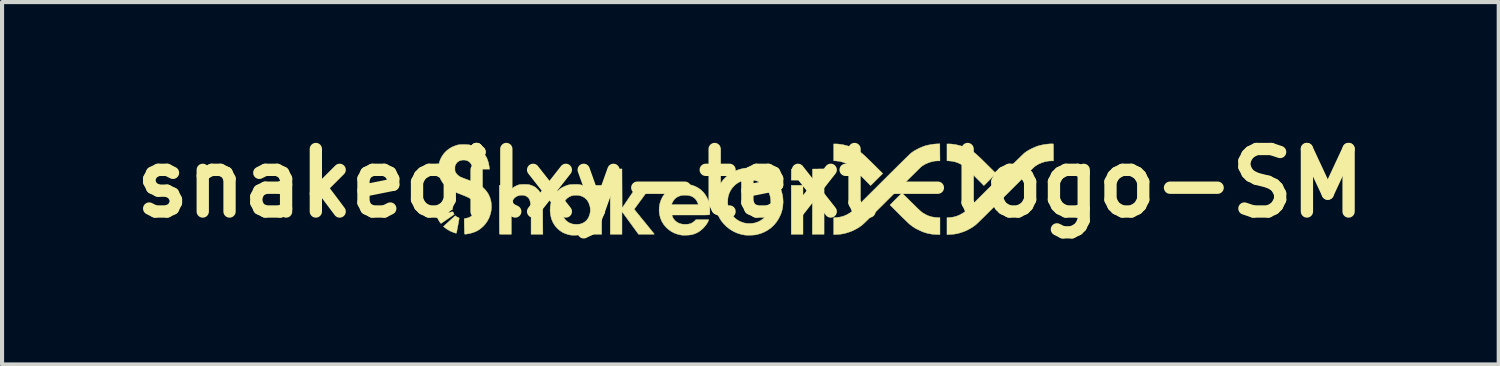
<source format=kicad_pcb>
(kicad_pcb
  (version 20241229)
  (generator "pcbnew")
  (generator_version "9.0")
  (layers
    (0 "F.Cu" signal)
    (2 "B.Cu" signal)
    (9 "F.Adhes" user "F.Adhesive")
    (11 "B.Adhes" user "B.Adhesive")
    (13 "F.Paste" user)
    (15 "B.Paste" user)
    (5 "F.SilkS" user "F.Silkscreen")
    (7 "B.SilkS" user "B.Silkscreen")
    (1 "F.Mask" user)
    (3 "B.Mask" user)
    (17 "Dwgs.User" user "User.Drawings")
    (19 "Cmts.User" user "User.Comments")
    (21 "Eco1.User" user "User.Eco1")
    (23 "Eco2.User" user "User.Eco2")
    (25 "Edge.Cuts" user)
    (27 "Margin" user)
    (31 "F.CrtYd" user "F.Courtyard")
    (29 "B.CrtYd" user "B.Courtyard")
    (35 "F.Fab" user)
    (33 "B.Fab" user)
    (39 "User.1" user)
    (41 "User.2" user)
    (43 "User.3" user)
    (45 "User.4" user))
  (footprint "snakeoilxy-text-logo-SM"
    (layer "F.Cu")
    (at 15.247 1.418)
    (property "Reference" "snakeoilxy-text-logo-SM" (at 0 0 0) (layer "F.SilkS") (effects (font (size 1.524 1.524) (thickness 0.3))))
    (attr through_hole)
    (fp_poly (pts (xy 1.283 1.245) (xy 0.997 1.245) (xy 0.997 0.051) (xy 1.283 0.051) (xy 1.283 1.245)) (stroke (width 0.01) (type solid)) (fill yes) (layer "F.SilkS"))
    (fp_poly (pts (xy 1.283 -0.076) (xy 0.997 -0.076) (xy 0.998 -0.211) (xy 1 -0.346) (xy 1.141 -0.348) (xy 1.283 -0.349) (xy 1.283 -0.076)) (stroke (width 0.01) (type solid)) (fill yes) (layer "F.SilkS"))
    (fp_poly (pts (xy 1.797 1.245) (xy 1.511 1.245) (xy 1.513 0.449) (xy 1.514 -0.346) (xy 1.656 -0.348) (xy 1.797 -0.349) (xy 1.797 1.245)) (stroke (width 0.01) (type solid)) (fill yes) (layer "F.SilkS"))
    (fp_poly (pts (xy -7.269 0.621) (xy -7.268 0.636) (xy -7.267 0.645) (xy -7.267 0.646) (xy -7.274 0.648) (xy -7.289 0.651) (xy -7.3 0.654) (xy -7.324 0.659) (xy -7.352 0.665) (xy -7.372 0.669) (xy -7.431 0.682) (xy -7.479 0.692) (xy -7.518 0.701) (xy -7.548 0.708) (xy -7.573 0.713) (xy -7.592 0.718) (xy -7.605 0.721) (xy -7.633 0.727) (xy -7.65 0.73) (xy -7.66 0.728) (xy -7.665 0.724) (xy -7.667 0.719) (xy -7.671 0.701) (xy -7.676 0.676) (xy -7.68 0.65) (xy -7.683 0.627) (xy -7.684 0.615) (xy -7.684 0.597) (xy -7.272 0.597) (xy -7.269 0.621)) (stroke (width 0.01) (type solid)) (fill yes) (layer "F.SilkS"))
    (fp_poly (pts (xy -7.259 0.697) (xy -7.252 0.702) (xy -7.245 0.711) (xy -7.238 0.726) (xy -7.238 0.726) (xy -7.222 0.76) (xy -7.378 0.868) (xy -7.418 0.895) (xy -7.454 0.92) (xy -7.486 0.942) (xy -7.512 0.96) (xy -7.53 0.973) (xy -7.54 0.979) (xy -7.541 0.98) (xy -7.548 0.977) (xy -7.56 0.965) (xy -7.575 0.944) (xy -7.577 0.941) (xy -7.61 0.886) (xy -7.634 0.835) (xy -7.638 0.825) (xy -7.641 0.817) (xy -7.64 0.812) (xy -7.633 0.807) (xy -7.619 0.801) (xy -7.596 0.794) (xy -7.586 0.791) (xy -7.559 0.783) (xy -7.535 0.776) (xy -7.517 0.77) (xy -7.512 0.768) (xy -7.498 0.764) (xy -7.477 0.757) (xy -7.452 0.75) (xy -7.449 0.749) (xy -7.419 0.74) (xy -7.384 0.729) (xy -7.35 0.719) (xy -7.346 0.717) (xy -7.311 0.706) (xy -7.287 0.699) (xy -7.27 0.696) (xy -7.259 0.697)) (stroke (width 0.01) (type solid)) (fill yes) (layer "F.SilkS"))
    (fp_poly (pts (xy -7.169 0.812) (xy -7.149 0.825) (xy -7.128 0.836) (xy -7.121 0.838) (xy -7.107 0.844) (xy -7.101 0.852) (xy -7.102 0.866) (xy -7.103 0.869) (xy -7.106 0.891) (xy -7.112 0.922) (xy -7.118 0.959) (xy -7.125 0.997) (xy -7.132 1.034) (xy -7.134 1.045) (xy -7.139 1.071) (xy -7.146 1.105) (xy -7.152 1.139) (xy -7.154 1.154) (xy -7.16 1.185) (xy -7.165 1.205) (xy -7.17 1.216) (xy -7.175 1.219) (xy -7.186 1.217) (xy -7.204 1.211) (xy -7.228 1.204) (xy -7.236 1.201) (xy -7.319 1.166) (xy -7.396 1.122) (xy -7.461 1.074) (xy -7.483 1.055) (xy -7.468 1.04) (xy -7.451 1.024) (xy -7.428 1.002) (xy -7.4 0.977) (xy -7.37 0.95) (xy -7.339 0.921) (xy -7.308 0.892) (xy -7.278 0.866) (xy -7.252 0.842) (xy -7.232 0.824) (xy -7.217 0.811) (xy -7.212 0.807) (xy -7.195 0.793) (xy -7.169 0.812)) (stroke (width 0.01) (type solid)) (fill yes) (layer "F.SilkS"))
    (fp_poly (pts (xy 2.081 -0.959) (xy 2.112 -0.958) (xy 2.144 -0.955) (xy 2.169 -0.952) (xy 2.194 -0.948) (xy 2.219 -0.945) (xy 2.232 -0.943) (xy 2.249 -0.94) (xy 2.275 -0.935) (xy 2.307 -0.927) (xy 2.34 -0.919) (xy 2.372 -0.91) (xy 2.397 -0.903) (xy 2.425 -0.893) (xy 2.46 -0.879) (xy 2.499 -0.861) (xy 2.518 -0.853) (xy 2.534 -0.845) (xy 2.557 -0.833) (xy 2.582 -0.819) (xy 2.607 -0.806) (xy 2.629 -0.793) (xy 2.645 -0.784) (xy 2.651 -0.78) (xy 2.659 -0.774) (xy 2.674 -0.763) (xy 2.695 -0.748) (xy 2.711 -0.735) (xy 2.729 -0.721) (xy 2.756 -0.698) (xy 2.789 -0.667) (xy 2.829 -0.629) (xy 2.875 -0.585) (xy 2.927 -0.535) (xy 2.983 -0.48) (xy 2.997 -0.466) (xy 3.228 -0.237) (xy 3.08 -0.09) (xy 3.045 -0.055) (xy 3.012 -0.022) (xy 2.984 0.006) (xy 2.96 0.029) (xy 2.943 0.045) (xy 2.933 0.055) (xy 2.931 0.057) (xy 2.927 0.052) (xy 2.914 0.039) (xy 2.895 0.019) (xy 2.869 -0.007) (xy 2.837 -0.039) (xy 2.802 -0.075) (xy 2.762 -0.115) (xy 2.724 -0.153) (xy 2.667 -0.211) (xy 2.617 -0.26) (xy 2.575 -0.302) (xy 2.538 -0.338) (xy 2.506 -0.367) (xy 2.477 -0.391) (xy 2.452 -0.412) (xy 2.428 -0.429) (xy 2.406 -0.444) (xy 2.383 -0.457) (xy 2.368 -0.466) (xy 2.3 -0.497) (xy 2.235 -0.52) (xy 2.166 -0.535) (xy 2.091 -0.544) (xy 2.088 -0.544) (xy 2.032 -0.548) (xy 2.032 -0.959) (xy 2.081 -0.959)) (stroke (width 0.01) (type solid)) (fill yes) (layer "F.SilkS"))
    (fp_poly (pts (xy 4.843 -0.959) (xy 4.874 -0.958) (xy 4.906 -0.955) (xy 4.931 -0.952) (xy 4.957 -0.948) (xy 4.982 -0.945) (xy 4.994 -0.943) (xy 5.011 -0.94) (xy 5.037 -0.935) (xy 5.069 -0.927) (xy 5.102 -0.919) (xy 5.134 -0.91) (xy 5.159 -0.903) (xy 5.187 -0.893) (xy 5.222 -0.879) (xy 5.262 -0.861) (xy 5.28 -0.853) (xy 5.297 -0.845) (xy 5.319 -0.833) (xy 5.344 -0.819) (xy 5.37 -0.806) (xy 5.391 -0.793) (xy 5.407 -0.784) (xy 5.413 -0.78) (xy 5.421 -0.774) (xy 5.436 -0.763) (xy 5.457 -0.748) (xy 5.474 -0.735) (xy 5.492 -0.721) (xy 5.518 -0.698) (xy 5.551 -0.667) (xy 5.592 -0.629) (xy 5.638 -0.585) (xy 5.689 -0.535) (xy 5.745 -0.48) (xy 5.759 -0.466) (xy 5.99 -0.237) (xy 5.842 -0.09) (xy 5.807 -0.055) (xy 5.774 -0.022) (xy 5.746 0.006) (xy 5.723 0.029) (xy 5.706 0.045) (xy 5.696 0.055) (xy 5.694 0.057) (xy 5.689 0.052) (xy 5.677 0.039) (xy 5.657 0.019) (xy 5.631 -0.007) (xy 5.6 -0.039) (xy 5.564 -0.075) (xy 5.524 -0.115) (xy 5.486 -0.153) (xy 5.429 -0.211) (xy 5.38 -0.26) (xy 5.337 -0.302) (xy 5.3 -0.338) (xy 5.268 -0.367) (xy 5.24 -0.391) (xy 5.214 -0.412) (xy 5.191 -0.429) (xy 5.168 -0.444) (xy 5.145 -0.457) (xy 5.13 -0.466) (xy 5.063 -0.497) (xy 4.997 -0.52) (xy 4.929 -0.535) (xy 4.853 -0.544) (xy 4.85 -0.544) (xy 4.794 -0.548) (xy 4.794 -0.959) (xy 4.843 -0.959)) (stroke (width 0.01) (type solid)) (fill yes) (layer "F.SilkS"))
    (fp_poly (pts (xy 3.703 0.246) (xy 3.717 0.258) (xy 3.737 0.278) (xy 3.764 0.304) (xy 3.797 0.336) (xy 3.834 0.372) (xy 3.874 0.413) (xy 3.918 0.456) (xy 3.924 0.462) (xy 3.981 0.518) (xy 4.029 0.566) (xy 4.071 0.607) (xy 4.106 0.64) (xy 4.135 0.667) (xy 4.159 0.688) (xy 4.179 0.705) (xy 4.196 0.717) (xy 4.198 0.719) (xy 4.273 0.763) (xy 4.347 0.797) (xy 4.424 0.82) (xy 4.505 0.833) (xy 4.545 0.836) (xy 4.623 0.84) (xy 4.623 1.251) (xy 4.561 1.25) (xy 4.527 1.249) (xy 4.493 1.247) (xy 4.462 1.245) (xy 4.455 1.245) (xy 4.425 1.241) (xy 4.391 1.235) (xy 4.356 1.229) (xy 4.324 1.222) (xy 4.299 1.216) (xy 4.293 1.213) (xy 4.279 1.209) (xy 4.257 1.202) (xy 4.232 1.194) (xy 4.229 1.193) (xy 4.209 1.186) (xy 4.182 1.175) (xy 4.15 1.161) (xy 4.117 1.145) (xy 4.083 1.129) (xy 4.052 1.114) (xy 4.026 1.1) (xy 4.007 1.09) (xy 3.999 1.084) (xy 3.989 1.076) (xy 3.973 1.065) (xy 3.966 1.061) (xy 3.95 1.051) (xy 3.939 1.043) (xy 3.937 1.041) (xy 3.931 1.036) (xy 3.917 1.025) (xy 3.898 1.011) (xy 3.893 1.006) (xy 3.88 0.996) (xy 3.859 0.977) (xy 3.832 0.951) (xy 3.799 0.919) (xy 3.761 0.883) (xy 3.719 0.842) (xy 3.675 0.799) (xy 3.63 0.754) (xy 3.628 0.752) (xy 3.405 0.529) (xy 3.549 0.385) (xy 3.584 0.35) (xy 3.616 0.318) (xy 3.645 0.29) (xy 3.668 0.268) (xy 3.686 0.252) (xy 3.696 0.243) (xy 3.698 0.241) (xy 3.703 0.246)) (stroke (width 0.01) (type solid)) (fill yes) (layer "F.SilkS"))
    (fp_poly (pts (xy -3.127 0.605) (xy -3.066 0.514) (xy -3.046 0.484) (xy -3.021 0.446) (xy -2.991 0.403) (xy -2.96 0.356) (xy -2.927 0.308) (xy -2.896 0.262) (xy -2.892 0.257) (xy -2.864 0.216) (xy -2.838 0.176) (xy -2.814 0.141) (xy -2.794 0.112) (xy -2.779 0.089) (xy -2.769 0.075) (xy -2.767 0.071) (xy -2.755 0.051) (xy -2.583 0.051) (xy -2.528 0.051) (xy -2.483 0.052) (xy -2.449 0.053) (xy -2.426 0.054) (xy -2.415 0.056) (xy -2.414 0.057) (xy -2.418 0.064) (xy -2.429 0.079) (xy -2.445 0.102) (xy -2.466 0.13) (xy -2.489 0.163) (xy -2.508 0.189) (xy -2.567 0.269) (xy -2.62 0.342) (xy -2.667 0.407) (xy -2.709 0.464) (xy -2.744 0.512) (xy -2.773 0.552) (xy -2.796 0.583) (xy -2.811 0.604) (xy -2.818 0.614) (xy -2.833 0.635) (xy -2.742 0.747) (xy -2.708 0.788) (xy -2.671 0.835) (xy -2.632 0.883) (xy -2.595 0.928) (xy -2.565 0.964) (xy -2.517 1.024) (xy -2.476 1.074) (xy -2.442 1.116) (xy -2.414 1.15) (xy -2.392 1.178) (xy -2.375 1.199) (xy -2.362 1.215) (xy -2.353 1.227) (xy -2.347 1.234) (xy -2.344 1.239) (xy -2.343 1.241) (xy -2.343 1.241) (xy -2.349 1.242) (xy -2.366 1.243) (xy -2.393 1.243) (xy -2.428 1.244) (xy -2.47 1.244) (xy -2.516 1.244) (xy -2.535 1.244) (xy -2.727 1.244) (xy -2.804 1.138) (xy -2.832 1.1) (xy -2.864 1.056) (xy -2.898 1.008) (xy -2.935 0.958) (xy -2.971 0.909) (xy -3.006 0.861) (xy -3.038 0.817) (xy -3.067 0.778) (xy -3.09 0.746) (xy -3.101 0.731) (xy -3.131 0.691) (xy -3.131 1.245) (xy -3.416 1.245) (xy -3.416 -0.349) (xy -3.131 -0.349) (xy -3.127 0.605)) (stroke (width 0.01) (type solid)) (fill yes) (layer "F.SilkS"))
    (fp_poly (pts (xy -5.475 0.029) (xy -5.444 0.03) (xy -5.421 0.031) (xy -5.402 0.034) (xy -5.385 0.037) (xy -5.367 0.043) (xy -5.356 0.047) (xy -5.314 0.062) (xy -5.279 0.078) (xy -5.249 0.096) (xy -5.22 0.119) (xy -5.218 0.121) (xy -5.178 0.158) (xy -5.146 0.197) (xy -5.12 0.24) (xy -5.099 0.291) (xy -5.08 0.352) (xy -5.078 0.359) (xy -5.076 0.37) (xy -5.074 0.381) (xy -5.072 0.393) (xy -5.07 0.408) (xy -5.069 0.426) (xy -5.068 0.448) (xy -5.067 0.476) (xy -5.066 0.51) (xy -5.065 0.552) (xy -5.065 0.602) (xy -5.064 0.662) (xy -5.063 0.732) (xy -5.063 0.814) (xy -5.063 0.827) (xy -5.06 1.245) (xy -5.347 1.245) (xy -5.347 0.951) (xy -5.347 0.854) (xy -5.348 0.769) (xy -5.349 0.694) (xy -5.351 0.63) (xy -5.354 0.574) (xy -5.357 0.527) (xy -5.362 0.487) (xy -5.368 0.453) (xy -5.375 0.425) (xy -5.384 0.402) (xy -5.394 0.382) (xy -5.405 0.364) (xy -5.419 0.349) (xy -5.424 0.344) (xy -5.459 0.318) (xy -5.502 0.3) (xy -5.549 0.291) (xy -5.598 0.291) (xy -5.647 0.3) (xy -5.693 0.317) (xy -5.734 0.343) (xy -5.745 0.352) (xy -5.776 0.387) (xy -5.799 0.433) (xy -5.816 0.487) (xy -5.82 0.505) (xy -5.822 0.519) (xy -5.824 0.537) (xy -5.825 0.559) (xy -5.826 0.586) (xy -5.827 0.618) (xy -5.828 0.659) (xy -5.829 0.707) (xy -5.829 0.765) (xy -5.829 0.834) (xy -5.829 0.903) (xy -5.829 1.245) (xy -5.971 1.245) (xy -6.012 1.244) (xy -6.049 1.244) (xy -6.08 1.243) (xy -6.103 1.242) (xy -6.115 1.241) (xy -6.117 1.24) (xy -6.118 1.234) (xy -6.118 1.215) (xy -6.119 1.185) (xy -6.119 1.146) (xy -6.12 1.097) (xy -6.12 1.04) (xy -6.121 0.976) (xy -6.121 0.905) (xy -6.121 0.828) (xy -6.121 0.747) (xy -6.121 0.662) (xy -6.121 0.643) (xy -6.121 0.051) (xy -5.986 0.052) (xy -5.852 0.054) (xy -5.85 0.106) (xy -5.848 0.158) (xy -5.807 0.125) (xy -5.752 0.086) (xy -5.698 0.057) (xy -5.661 0.043) (xy -5.645 0.038) (xy -5.628 0.034) (xy -5.608 0.032) (xy -5.583 0.03) (xy -5.55 0.029) (xy -5.515 0.029) (xy -5.475 0.029)) (stroke (width 0.01) (type solid)) (fill yes) (layer "F.SilkS"))
    (fp_poly (pts (xy -4.238 0.029) (xy -4.206 0.029) (xy -4.182 0.031) (xy -4.162 0.033) (xy -4.144 0.037) (xy -4.125 0.042) (xy -4.121 0.043) (xy -4.061 0.067) (xy -4.007 0.098) (xy -3.956 0.139) (xy -3.942 0.153) (xy -3.893 0.202) (xy -3.893 0.051) (xy -3.626 0.051) (xy -3.626 1.245) (xy -3.893 1.245) (xy -3.893 1.167) (xy -3.893 1.133) (xy -3.894 1.111) (xy -3.896 1.1) (xy -3.899 1.099) (xy -3.899 1.1) (xy -3.91 1.113) (xy -3.929 1.131) (xy -3.953 1.152) (xy -3.981 1.173) (xy -4.008 1.193) (xy -4.034 1.209) (xy -4.045 1.216) (xy -4.086 1.235) (xy -4.124 1.249) (xy -4.164 1.259) (xy -4.21 1.264) (xy -4.261 1.267) (xy -4.296 1.267) (xy -4.33 1.267) (xy -4.36 1.266) (xy -4.38 1.264) (xy -4.381 1.264) (xy -4.422 1.256) (xy -4.469 1.243) (xy -4.516 1.226) (xy -4.559 1.208) (xy -4.591 1.191) (xy -4.662 1.142) (xy -4.723 1.085) (xy -4.776 1.019) (xy -4.818 0.947) (xy -4.85 0.868) (xy -4.871 0.783) (xy -4.882 0.692) (xy -4.883 0.658) (xy -4.591 0.658) (xy -4.586 0.728) (xy -4.57 0.791) (xy -4.544 0.847) (xy -4.507 0.896) (xy -4.462 0.937) (xy -4.407 0.969) (xy -4.348 0.991) (xy -4.311 0.998) (xy -4.268 1.002) (xy -4.221 1.002) (xy -4.177 0.999) (xy -4.147 0.994) (xy -4.089 0.974) (xy -4.037 0.943) (xy -3.993 0.904) (xy -3.957 0.856) (xy -3.946 0.836) (xy -3.92 0.77) (xy -3.905 0.705) (xy -3.902 0.639) (xy -3.907 0.587) (xy -3.924 0.519) (xy -3.95 0.459) (xy -3.985 0.407) (xy -4.029 0.364) (xy -4.08 0.33) (xy -4.138 0.307) (xy -4.201 0.294) (xy -4.248 0.291) (xy -4.314 0.296) (xy -4.372 0.311) (xy -4.425 0.336) (xy -4.473 0.371) (xy -4.486 0.384) (xy -4.528 0.434) (xy -4.56 0.491) (xy -4.58 0.554) (xy -4.59 0.624) (xy -4.591 0.658) (xy -4.883 0.658) (xy -4.883 0.651) (xy -4.878 0.56) (xy -4.861 0.474) (xy -4.835 0.392) (xy -4.798 0.316) (xy -4.752 0.247) (xy -4.697 0.186) (xy -4.695 0.185) (xy -4.657 0.151) (xy -4.62 0.124) (xy -4.581 0.1) (xy -4.545 0.083) (xy -4.502 0.064) (xy -4.465 0.05) (xy -4.429 0.04) (xy -4.391 0.034) (xy -4.348 0.03) (xy -4.297 0.029) (xy -4.28 0.029) (xy -4.238 0.029)) (stroke (width 0.01) (type solid)) (fill yes) (layer "F.SilkS"))
    (fp_poly (pts (xy 0.025 -0.37) (xy 0.078 -0.367) (xy 0.125 -0.361) (xy 0.15 -0.357) (xy 0.252 -0.327) (xy 0.346 -0.287) (xy 0.433 -0.237) (xy 0.513 -0.176) (xy 0.585 -0.106) (xy 0.649 -0.025) (xy 0.67 0.006) (xy 0.717 0.089) (xy 0.753 0.178) (xy 0.779 0.272) (xy 0.794 0.368) (xy 0.799 0.464) (xy 0.791 0.559) (xy 0.791 0.559) (xy 0.783 0.61) (xy 0.774 0.653) (xy 0.763 0.693) (xy 0.749 0.734) (xy 0.736 0.767) (xy 0.692 0.859) (xy 0.639 0.942) (xy 0.576 1.018) (xy 0.505 1.085) (xy 0.425 1.143) (xy 0.339 1.19) (xy 0.245 1.228) (xy 0.149 1.254) (xy 0.118 1.259) (xy 0.078 1.263) (xy 0.033 1.266) (xy -0.015 1.267) (xy -0.061 1.268) (xy -0.102 1.266) (xy -0.133 1.264) (xy -0.232 1.244) (xy -0.327 1.214) (xy -0.417 1.172) (xy -0.502 1.12) (xy -0.58 1.059) (xy -0.65 0.989) (xy -0.712 0.912) (xy -0.758 0.836) (xy -0.797 0.751) (xy -0.827 0.66) (xy -0.846 0.566) (xy -0.854 0.471) (xy -0.853 0.427) (xy -0.553 0.427) (xy -0.552 0.486) (xy -0.547 0.542) (xy -0.539 0.58) (xy -0.513 0.659) (xy -0.476 0.732) (xy -0.429 0.796) (xy -0.374 0.853) (xy -0.311 0.9) (xy -0.239 0.938) (xy -0.162 0.965) (xy -0.133 0.972) (xy -0.081 0.98) (xy -0.023 0.982) (xy 0.037 0.979) (xy 0.094 0.971) (xy 0.117 0.966) (xy 0.192 0.94) (xy 0.26 0.904) (xy 0.322 0.858) (xy 0.376 0.803) (xy 0.42 0.74) (xy 0.438 0.708) (xy 0.469 0.632) (xy 0.489 0.555) (xy 0.498 0.477) (xy 0.496 0.4) (xy 0.484 0.325) (xy 0.463 0.253) (xy 0.432 0.185) (xy 0.392 0.122) (xy 0.344 0.066) (xy 0.288 0.016) (xy 0.224 -0.025) (xy 0.153 -0.056) (xy 0.131 -0.064) (xy 0.058 -0.08) (xy -0.017 -0.086) (xy -0.08 -0.083) (xy -0.16 -0.068) (xy -0.231 -0.046) (xy -0.296 -0.015) (xy -0.355 0.026) (xy -0.385 0.053) (xy -0.441 0.113) (xy -0.486 0.18) (xy -0.52 0.254) (xy -0.54 0.318) (xy -0.548 0.37) (xy -0.553 0.427) (xy -0.853 0.427) (xy -0.851 0.379) (xy -0.851 0.377) (xy -0.835 0.272) (xy -0.807 0.174) (xy -0.769 0.081) (xy -0.72 -0.005) (xy -0.661 -0.084) (xy -0.592 -0.155) (xy -0.514 -0.218) (xy -0.426 -0.272) (xy -0.4 -0.286) (xy -0.352 -0.307) (xy -0.296 -0.327) (xy -0.237 -0.345) (xy -0.178 -0.359) (xy -0.178 -0.36) (xy -0.136 -0.366) (xy -0.086 -0.37) (xy -0.031 -0.371) (xy 0.025 -0.37)) (stroke (width 0.01) (type solid)) (fill yes) (layer "F.SilkS"))
    (fp_poly (pts (xy -1.531 0.028) (xy -1.499 0.031) (xy -1.415 0.05) (xy -1.337 0.08) (xy -1.264 0.12) (xy -1.197 0.17) (xy -1.138 0.23) (xy -1.087 0.298) (xy -1.046 0.374) (xy -1.031 0.408) (xy -1.012 0.463) (xy -0.999 0.517) (xy -0.991 0.574) (xy -0.988 0.638) (xy -0.988 0.657) (xy -0.988 0.691) (xy -0.989 0.722) (xy -0.99 0.746) (xy -0.991 0.761) (xy -0.992 0.764) (xy -0.993 0.766) (xy -0.997 0.768) (xy -1.002 0.769) (xy -1.011 0.77) (xy -1.024 0.772) (xy -1.042 0.772) (xy -1.066 0.773) (xy -1.097 0.774) (xy -1.136 0.774) (xy -1.183 0.774) (xy -1.24 0.775) (xy -1.307 0.775) (xy -1.385 0.775) (xy -1.455 0.775) (xy -1.913 0.775) (xy -1.908 0.792) (xy -1.895 0.828) (xy -1.874 0.866) (xy -1.847 0.9) (xy -1.839 0.91) (xy -1.794 0.947) (xy -1.743 0.975) (xy -1.686 0.993) (xy -1.62 1.002) (xy -1.583 1.003) (xy -1.521 0.999) (xy -1.467 0.987) (xy -1.419 0.966) (xy -1.375 0.934) (xy -1.354 0.916) (xy -1.328 0.889) (xy -1.015 0.889) (xy -1.02 0.903) (xy -1.037 0.946) (xy -1.065 0.993) (xy -1.101 1.041) (xy -1.144 1.089) (xy -1.163 1.109) (xy -1.218 1.156) (xy -1.273 1.193) (xy -1.334 1.223) (xy -1.402 1.247) (xy -1.419 1.252) (xy -1.446 1.257) (xy -1.483 1.262) (xy -1.525 1.265) (xy -1.569 1.267) (xy -1.613 1.268) (xy -1.651 1.267) (xy -1.682 1.264) (xy -1.683 1.264) (xy -1.77 1.245) (xy -1.852 1.216) (xy -1.928 1.176) (xy -1.998 1.127) (xy -2.06 1.07) (xy -2.113 1.005) (xy -2.158 0.933) (xy -2.191 0.855) (xy -2.196 0.839) (xy -2.217 0.754) (xy -2.225 0.667) (xy -2.222 0.581) (xy -2.211 0.521) (xy -1.924 0.521) (xy -1.269 0.521) (xy -1.273 0.506) (xy -1.284 0.478) (xy -1.299 0.446) (xy -1.318 0.415) (xy -1.337 0.389) (xy -1.348 0.377) (xy -1.39 0.343) (xy -1.435 0.318) (xy -1.485 0.302) (xy -1.542 0.293) (xy -1.594 0.291) (xy -1.629 0.292) (xy -1.656 0.293) (xy -1.679 0.297) (xy -1.702 0.303) (xy -1.718 0.308) (xy -1.776 0.332) (xy -1.825 0.365) (xy -1.865 0.407) (xy -1.897 0.459) (xy -1.913 0.494) (xy -1.924 0.521) (xy -2.211 0.521) (xy -2.207 0.496) (xy -2.18 0.414) (xy -2.143 0.336) (xy -2.094 0.263) (xy -2.065 0.227) (xy -2.015 0.18) (xy -1.956 0.135) (xy -1.891 0.096) (xy -1.823 0.065) (xy -1.765 0.045) (xy -1.727 0.037) (xy -1.681 0.031) (xy -1.63 0.027) (xy -1.579 0.026) (xy -1.531 0.028)) (stroke (width 0.01) (type solid)) (fill yes) (layer "F.SilkS"))
    (fp_poly (pts (xy 4.621 -0.754) (xy 4.623 -0.546) (xy 4.575 -0.546) (xy 4.497 -0.541) (xy 4.417 -0.524) (xy 4.337 -0.499) (xy 4.262 -0.465) (xy 4.194 -0.424) (xy 4.162 -0.4) (xy 4.156 -0.394) (xy 4.141 -0.379) (xy 4.118 -0.357) (xy 4.087 -0.327) (xy 4.05 -0.289) (xy 4.006 -0.246) (xy 3.956 -0.197) (xy 3.9 -0.142) (xy 3.84 -0.082) (xy 3.776 -0.018) (xy 3.707 0.05) (xy 3.635 0.122) (xy 3.56 0.196) (xy 3.483 0.273) (xy 3.467 0.289) (xy 3.372 0.383) (xy 3.286 0.469) (xy 3.209 0.546) (xy 3.138 0.616) (xy 3.075 0.679) (xy 3.019 0.735) (xy 2.969 0.784) (xy 2.925 0.828) (xy 2.887 0.865) (xy 2.854 0.898) (xy 2.825 0.926) (xy 2.8 0.95) (xy 2.78 0.969) (xy 2.762 0.986) (xy 2.748 0.999) (xy 2.736 1.01) (xy 2.725 1.019) (xy 2.717 1.026) (xy 2.709 1.031) (xy 2.703 1.036) (xy 2.696 1.04) (xy 2.681 1.051) (xy 2.67 1.059) (xy 2.667 1.061) (xy 2.657 1.069) (xy 2.638 1.081) (xy 2.612 1.096) (xy 2.582 1.113) (xy 2.551 1.13) (xy 2.52 1.146) (xy 2.492 1.159) (xy 2.469 1.169) (xy 2.464 1.171) (xy 2.392 1.196) (xy 2.329 1.216) (xy 2.27 1.23) (xy 2.212 1.24) (xy 2.154 1.246) (xy 2.119 1.248) (xy 2.032 1.253) (xy 2.032 0.84) (xy 2.1 0.836) (xy 2.186 0.825) (xy 2.266 0.804) (xy 2.345 0.771) (xy 2.397 0.742) (xy 2.425 0.725) (xy 2.452 0.706) (xy 2.475 0.689) (xy 2.48 0.686) (xy 2.488 0.678) (xy 2.504 0.662) (xy 2.529 0.639) (xy 2.561 0.607) (xy 2.599 0.569) (xy 2.645 0.524) (xy 2.696 0.474) (xy 2.752 0.418) (xy 2.814 0.357) (xy 2.879 0.292) (xy 2.949 0.222) (xy 3.022 0.15) (xy 3.097 0.075) (xy 3.175 -0.003) (xy 3.2 -0.028) (xy 3.279 -0.106) (xy 3.355 -0.182) (xy 3.429 -0.256) (xy 3.5 -0.326) (xy 3.567 -0.392) (xy 3.629 -0.454) (xy 3.687 -0.511) (xy 3.74 -0.563) (xy 3.787 -0.609) (xy 3.828 -0.649) (xy 3.863 -0.682) (xy 3.889 -0.708) (xy 3.909 -0.726) (xy 3.919 -0.736) (xy 3.921 -0.737) (xy 3.939 -0.749) (xy 3.951 -0.758) (xy 3.956 -0.762) (xy 3.964 -0.769) (xy 3.981 -0.78) (xy 4.005 -0.794) (xy 4.033 -0.81) (xy 4.063 -0.826) (xy 4.092 -0.841) (xy 4.117 -0.854) (xy 4.138 -0.863) (xy 4.138 -0.863) (xy 4.162 -0.873) (xy 4.184 -0.882) (xy 4.198 -0.889) (xy 4.201 -0.89) (xy 4.245 -0.906) (xy 4.299 -0.922) (xy 4.36 -0.935) (xy 4.423 -0.946) (xy 4.486 -0.955) (xy 4.546 -0.959) (xy 4.564 -0.96) (xy 4.62 -0.961) (xy 4.621 -0.754)) (stroke (width 0.01) (type solid)) (fill yes) (layer "F.SilkS"))
    (fp_poly (pts (xy 7.383 -0.959) (xy 7.386 -0.957) (xy 7.388 -0.948) (xy 7.389 -0.932) (xy 7.39 -0.907) (xy 7.391 -0.874) (xy 7.391 -0.83) (xy 7.391 -0.775) (xy 7.391 -0.752) (xy 7.391 -0.546) (xy 7.341 -0.546) (xy 7.26 -0.54) (xy 7.179 -0.524) (xy 7.098 -0.498) (xy 7.022 -0.464) (xy 6.953 -0.422) (xy 6.925 -0.4) (xy 6.918 -0.394) (xy 6.903 -0.379) (xy 6.88 -0.357) (xy 6.849 -0.327) (xy 6.812 -0.289) (xy 6.768 -0.246) (xy 6.718 -0.197) (xy 6.663 -0.142) (xy 6.602 -0.082) (xy 6.538 -0.018) (xy 6.469 0.05) (xy 6.397 0.122) (xy 6.323 0.196) (xy 6.245 0.273) (xy 6.229 0.289) (xy 6.135 0.383) (xy 6.049 0.469) (xy 5.971 0.546) (xy 5.901 0.616) (xy 5.838 0.679) (xy 5.781 0.735) (xy 5.731 0.784) (xy 5.688 0.828) (xy 5.649 0.865) (xy 5.616 0.898) (xy 5.587 0.926) (xy 5.563 0.95) (xy 5.542 0.969) (xy 5.524 0.986) (xy 5.51 0.999) (xy 5.498 1.01) (xy 5.488 1.019) (xy 5.479 1.026) (xy 5.472 1.031) (xy 5.465 1.036) (xy 5.459 1.04) (xy 5.443 1.051) (xy 5.432 1.059) (xy 5.429 1.061) (xy 5.419 1.069) (xy 5.4 1.081) (xy 5.374 1.096) (xy 5.345 1.113) (xy 5.313 1.13) (xy 5.282 1.146) (xy 5.254 1.159) (xy 5.231 1.169) (xy 5.226 1.171) (xy 5.155 1.196) (xy 5.091 1.216) (xy 5.032 1.23) (xy 4.975 1.24) (xy 4.916 1.246) (xy 4.882 1.248) (xy 4.794 1.253) (xy 4.794 0.84) (xy 4.862 0.836) (xy 4.948 0.825) (xy 5.029 0.804) (xy 5.107 0.771) (xy 5.159 0.742) (xy 5.187 0.725) (xy 5.214 0.706) (xy 5.237 0.689) (xy 5.242 0.686) (xy 5.25 0.678) (xy 5.267 0.662) (xy 5.291 0.639) (xy 5.323 0.607) (xy 5.362 0.569) (xy 5.407 0.524) (xy 5.458 0.474) (xy 5.515 0.418) (xy 5.576 0.357) (xy 5.642 0.292) (xy 5.711 0.222) (xy 5.784 0.15) (xy 5.86 0.075) (xy 5.938 -0.003) (xy 5.963 -0.028) (xy 6.041 -0.106) (xy 6.117 -0.182) (xy 6.191 -0.256) (xy 6.262 -0.326) (xy 6.329 -0.392) (xy 6.392 -0.454) (xy 6.45 -0.511) (xy 6.503 -0.563) (xy 6.55 -0.609) (xy 6.591 -0.649) (xy 6.625 -0.682) (xy 6.652 -0.708) (xy 6.671 -0.726) (xy 6.682 -0.736) (xy 6.683 -0.737) (xy 6.701 -0.749) (xy 6.714 -0.758) (xy 6.718 -0.762) (xy 6.727 -0.769) (xy 6.744 -0.78) (xy 6.767 -0.794) (xy 6.795 -0.81) (xy 6.825 -0.826) (xy 6.854 -0.841) (xy 6.88 -0.854) (xy 6.9 -0.863) (xy 6.9 -0.863) (xy 6.925 -0.873) (xy 6.946 -0.882) (xy 6.96 -0.889) (xy 6.963 -0.89) (xy 7.009 -0.907) (xy 7.065 -0.922) (xy 7.127 -0.936) (xy 7.191 -0.947) (xy 7.256 -0.955) (xy 7.316 -0.96) (xy 7.37 -0.96) (xy 7.383 -0.959)) (stroke (width 0.01) (type solid)) (fill yes) (layer "F.SilkS"))
    (fp_poly (pts (xy -6.941 -0.943) (xy -6.897 -0.94) (xy -6.86 -0.937) (xy -6.833 -0.931) (xy -6.744 -0.902) (xy -6.664 -0.864) (xy -6.594 -0.817) (xy -6.531 -0.762) (xy -6.477 -0.697) (xy -6.463 -0.678) (xy -6.431 -0.624) (xy -6.406 -0.564) (xy -6.386 -0.497) (xy -6.371 -0.42) (xy -6.365 -0.379) (xy -6.361 -0.343) (xy -6.566 -0.344) (xy -6.771 -0.346) (xy -6.779 -0.385) (xy -6.792 -0.433) (xy -6.811 -0.472) (xy -6.836 -0.505) (xy -6.841 -0.51) (xy -6.876 -0.537) (xy -6.919 -0.556) (xy -6.965 -0.565) (xy -7.012 -0.566) (xy -7.059 -0.558) (xy -7.102 -0.542) (xy -7.14 -0.517) (xy -7.158 -0.499) (xy -7.168 -0.486) (xy -7.18 -0.467) (xy -7.187 -0.454) (xy -7.195 -0.438) (xy -7.2 -0.423) (xy -7.203 -0.406) (xy -7.204 -0.382) (xy -7.204 -0.359) (xy -7.204 -0.328) (xy -7.202 -0.306) (xy -7.199 -0.29) (xy -7.193 -0.274) (xy -7.187 -0.263) (xy -7.166 -0.232) (xy -7.138 -0.201) (xy -7.105 -0.174) (xy -7.08 -0.158) (xy -7.062 -0.15) (xy -7.036 -0.139) (xy -7.007 -0.127) (xy -6.985 -0.119) (xy -6.955 -0.107) (xy -6.926 -0.096) (xy -6.901 -0.087) (xy -6.89 -0.083) (xy -6.872 -0.076) (xy -6.846 -0.066) (xy -6.816 -0.054) (xy -6.792 -0.045) (xy -6.712 -0.012) (xy -6.643 0.022) (xy -6.583 0.058) (xy -6.53 0.096) (xy -6.49 0.133) (xy -6.433 0.197) (xy -6.387 0.268) (xy -6.352 0.344) (xy -6.328 0.427) (xy -6.317 0.495) (xy -6.313 0.584) (xy -6.321 0.672) (xy -6.341 0.758) (xy -6.371 0.841) (xy -6.411 0.919) (xy -6.461 0.991) (xy -6.49 1.024) (xy -6.548 1.081) (xy -6.608 1.128) (xy -6.673 1.166) (xy -6.743 1.196) (xy -6.821 1.22) (xy -6.908 1.237) (xy -6.939 1.241) (xy -6.956 1.243) (xy -6.964 1.24) (xy -6.968 1.233) (xy -6.969 1.23) (xy -6.97 1.22) (xy -6.971 1.2) (xy -6.972 1.17) (xy -6.973 1.132) (xy -6.974 1.089) (xy -6.975 1.043) (xy -6.975 1.04) (xy -6.977 0.986) (xy -6.977 0.944) (xy -6.977 0.912) (xy -6.977 0.889) (xy -6.976 0.874) (xy -6.974 0.865) (xy -6.971 0.861) (xy -6.971 0.861) (xy -6.961 0.859) (xy -6.942 0.856) (xy -6.921 0.852) (xy -6.867 0.838) (xy -6.818 0.813) (xy -6.775 0.777) (xy -6.741 0.734) (xy -6.726 0.706) (xy -6.718 0.688) (xy -6.713 0.672) (xy -6.71 0.654) (xy -6.709 0.63) (xy -6.709 0.603) (xy -6.712 0.555) (xy -6.719 0.516) (xy -6.732 0.481) (xy -6.753 0.447) (xy -6.761 0.435) (xy -6.776 0.417) (xy -6.793 0.4) (xy -6.814 0.384) (xy -6.839 0.368) (xy -6.87 0.351) (xy -6.907 0.333) (xy -6.953 0.313) (xy -7.008 0.291) (xy -7.073 0.265) (xy -7.118 0.248) (xy -7.189 0.219) (xy -7.25 0.192) (xy -7.302 0.165) (xy -7.347 0.137) (xy -7.389 0.106) (xy -7.428 0.071) (xy -7.449 0.051) (xy -7.503 -0.013) (xy -7.546 -0.084) (xy -7.578 -0.159) (xy -7.598 -0.24) (xy -7.607 -0.326) (xy -7.607 -0.346) (xy -7.601 -0.432) (xy -7.583 -0.515) (xy -7.554 -0.593) (xy -7.515 -0.665) (xy -7.466 -0.732) (xy -7.408 -0.791) (xy -7.341 -0.843) (xy -7.266 -0.886) (xy -7.183 -0.919) (xy -7.144 -0.931) (xy -7.116 -0.937) (xy -7.078 -0.941) (xy -7.034 -0.943) (xy -6.988 -0.944) (xy -6.941 -0.943)) (stroke (width 0.01) (type solid)) (fill yes) (layer "F.SilkS")))
  (gr_rect
    (start -3 -3)
    (end 33.495 5.836)
    (stroke (width 0.1) (type default))
    (fill no)
    (layer "Edge.Cuts")))
</source>
